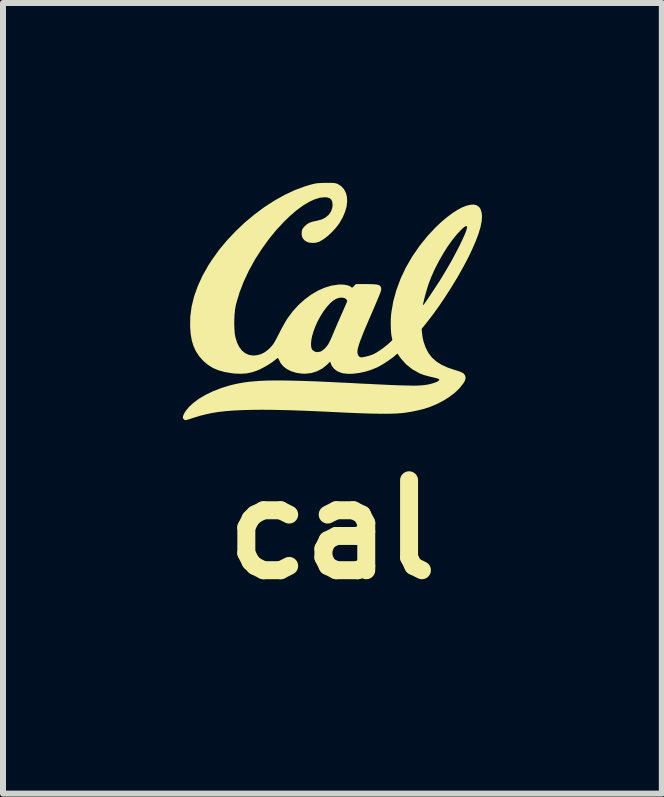
<source format=kicad_pcb>
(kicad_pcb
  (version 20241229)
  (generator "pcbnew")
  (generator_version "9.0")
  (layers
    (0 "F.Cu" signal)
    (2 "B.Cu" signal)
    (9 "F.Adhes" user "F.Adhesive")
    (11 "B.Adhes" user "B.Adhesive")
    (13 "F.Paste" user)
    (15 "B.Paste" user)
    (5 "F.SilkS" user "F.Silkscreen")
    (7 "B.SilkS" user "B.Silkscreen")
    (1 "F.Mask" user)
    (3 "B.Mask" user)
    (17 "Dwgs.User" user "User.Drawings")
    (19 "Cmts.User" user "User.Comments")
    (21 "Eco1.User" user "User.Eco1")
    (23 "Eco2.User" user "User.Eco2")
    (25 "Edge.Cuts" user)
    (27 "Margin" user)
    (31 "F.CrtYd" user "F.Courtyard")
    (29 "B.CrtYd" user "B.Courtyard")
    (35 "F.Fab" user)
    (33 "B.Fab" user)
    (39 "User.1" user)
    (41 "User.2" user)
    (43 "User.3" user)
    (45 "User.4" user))
  (footprint "cal"
    (layer "F.Cu")
    (at 2.487 1.972)
    (property "Reference" "cal" (at 0 3.81 0) (layer "F.SilkS") (effects (font (size 1.5 1.5) (thickness 0.3))))
    (attr board_only exclude_from_pos_files exclude_from_bom)
    (fp_poly (pts (xy 0.006 -1.971) (xy 0.038 -1.969) (xy 0.062 -1.965) (xy 0.082 -1.959) (xy 0.098 -1.952) (xy 0.156 -1.915) (xy 0.201 -1.865) (xy 0.232 -1.805) (xy 0.25 -1.736) (xy 0.253 -1.659) (xy 0.243 -1.576) (xy 0.218 -1.489) (xy 0.18 -1.399) (xy 0.128 -1.307) (xy 0.117 -1.291) (xy 0.063 -1.22) (xy 0.000296 -1.152) (xy -0.067 -1.089) (xy -0.135 -1.036) (xy -0.201 -0.997) (xy -0.216 -0.989) (xy -0.268 -0.974) (xy -0.327 -0.97) (xy -0.384 -0.977) (xy -0.417 -0.988) (xy -0.463 -1.017) (xy -0.493 -1.057) (xy -0.506 -1.108) (xy -0.504 -1.162) (xy -0.497 -1.192) (xy -0.482 -1.218) (xy -0.456 -1.248) (xy -0.451 -1.253) (xy -0.414 -1.285) (xy -0.371 -1.309) (xy -0.319 -1.326) (xy -0.253 -1.34) (xy -0.245 -1.342) (xy -0.171 -1.362) (xy -0.107 -1.395) (xy -0.055 -1.439) (xy -0.017 -1.493) (xy 0.005 -1.555) (xy 0.01 -1.602) (xy 0.005 -1.655) (xy -0.011 -1.693) (xy -0.04 -1.717) (xy -0.083 -1.73) (xy -0.125 -1.732) (xy -0.204 -1.724) (xy -0.29 -1.697) (xy -0.383 -1.654) (xy -0.481 -1.595) (xy -0.584 -1.52) (xy -0.691 -1.429) (xy -0.788 -1.336) (xy -0.927 -1.188) (xy -1.057 -1.028) (xy -1.178 -0.86) (xy -1.288 -0.687) (xy -1.386 -0.509) (xy -1.47 -0.33) (xy -1.539 -0.153) (xy -1.592 0.022) (xy -1.607 0.084) (xy -1.617 0.146) (xy -1.625 0.22) (xy -1.629 0.302) (xy -1.63 0.385) (xy -1.627 0.465) (xy -1.622 0.537) (xy -1.613 0.594) (xy -1.612 0.596) (xy -1.585 0.688) (xy -1.547 0.765) (xy -1.501 0.826) (xy -1.446 0.87) (xy -1.383 0.898) (xy -1.313 0.908) (xy -1.251 0.902) (xy -1.184 0.884) (xy -1.125 0.855) (xy -1.068 0.812) (xy -1.036 0.782) (xy -1.011 0.756) (xy -0.991 0.732) (xy -0.979 0.715) (xy -0.35 0.715) (xy -0.347 0.766) (xy -0.335 0.803) (xy -0.327 0.813) (xy -0.29 0.841) (xy -0.246 0.851) (xy -0.197 0.843) (xy -0.183 0.838) (xy -0.161 0.824) (xy -0.132 0.801) (xy -0.103 0.772) (xy -0.102 0.771) (xy -0.082 0.747) (xy -0.063 0.72) (xy -0.045 0.688) (xy -0.025 0.646) (xy -0.001 0.591) (xy 0.009 0.567) (xy 0.033 0.51) (xy 0.063 0.441) (xy 0.095 0.365) (xy 0.129 0.289) (xy 0.16 0.217) (xy 0.163 0.211) (xy 0.189 0.152) (xy 0.212 0.099) (xy 0.232 0.054) (xy 0.246 0.02) (xy 0.253 0.000242) (xy 0.254 -0.004) (xy 0.248 -0.017) (xy 0.234 -0.036) (xy 0.233 -0.036) (xy 0.206 -0.052) (xy 0.166 -0.059) (xy 0.121 -0.055) (xy 0.075 -0.041) (xy 0.071 -0.039) (xy 0.019 -0.008) (xy -0.036 0.041) (xy -0.091 0.103) (xy -0.146 0.177) (xy -0.198 0.261) (xy -0.246 0.351) (xy -0.278 0.423) (xy -0.308 0.504) (xy -0.331 0.582) (xy -0.345 0.653) (xy -0.35 0.715) (xy -0.979 0.715) (xy -0.971 0.704) (xy -0.951 0.67) (xy -0.927 0.627) (xy -0.898 0.57) (xy -0.887 0.549) (xy -0.856 0.487) (xy -0.821 0.423) (xy -0.787 0.362) (xy -0.756 0.31) (xy -0.737 0.281) (xy -0.652 0.167) (xy -0.557 0.063) (xy -0.454 -0.029) (xy -0.346 -0.109) (xy -0.234 -0.175) (xy -0.12 -0.225) (xy -0.005 -0.259) (xy 0.107 -0.276) (xy 0.147 -0.277) (xy 0.203 -0.274) (xy 0.253 -0.265) (xy 0.294 -0.251) (xy 0.322 -0.233) (xy 0.327 -0.226) (xy 0.338 -0.225) (xy 0.357 -0.24) (xy 0.366 -0.25) (xy 0.399 -0.284) (xy 0.57 -0.284) (xy 0.643 -0.283) (xy 0.7 -0.281) (xy 0.742 -0.277) (xy 0.772 -0.271) (xy 0.792 -0.262) (xy 0.805 -0.25) (xy 0.811 -0.239) (xy 0.816 -0.229) (xy 0.819 -0.219) (xy 0.821 -0.209) (xy 0.821 -0.196) (xy 0.818 -0.18) (xy 0.812 -0.158) (xy 0.802 -0.129) (xy 0.787 -0.091) (xy 0.767 -0.043) (xy 0.742 0.016) (xy 0.711 0.089) (xy 0.674 0.176) (xy 0.629 0.28) (xy 0.627 0.284) (xy 0.577 0.401) (xy 0.534 0.502) (xy 0.5 0.588) (xy 0.472 0.66) (xy 0.451 0.721) (xy 0.437 0.77) (xy 0.428 0.809) (xy 0.424 0.841) (xy 0.425 0.865) (xy 0.434 0.9) (xy 0.45 0.922) (xy 0.456 0.927) (xy 0.47 0.934) (xy 0.485 0.938) (xy 0.507 0.936) (xy 0.54 0.931) (xy 0.557 0.927) (xy 0.606 0.915) (xy 0.657 0.899) (xy 0.698 0.882) (xy 0.749 0.854) (xy 0.807 0.816) (xy 0.867 0.772) (xy 0.925 0.726) (xy 0.961 0.694) (xy 1.007 0.651) (xy 0.993 0.582) (xy 0.986 0.531) (xy 0.982 0.466) (xy 0.98 0.394) (xy 0.98 0.318) (xy 0.984 0.246) (xy 0.989 0.196) (xy 1.012 0.063) (xy 1.517 0.063) (xy 1.519 0.066) (xy 1.525 0.062) (xy 1.537 0.049) (xy 1.554 0.025) (xy 1.579 -0.01) (xy 1.611 -0.058) (xy 1.653 -0.121) (xy 1.677 -0.157) (xy 1.794 -0.335) (xy 1.898 -0.506) (xy 1.995 -0.674) (xy 2.085 -0.843) (xy 2.126 -0.922) (xy 2.172 -1.018) (xy 2.208 -1.097) (xy 2.234 -1.16) (xy 2.248 -1.206) (xy 2.252 -1.237) (xy 2.246 -1.251) (xy 2.229 -1.25) (xy 2.201 -1.232) (xy 2.166 -1.201) (xy 2.089 -1.121) (xy 2.011 -1.025) (xy 1.932 -0.915) (xy 1.856 -0.795) (xy 1.784 -0.669) (xy 1.717 -0.539) (xy 1.658 -0.408) (xy 1.61 -0.284) (xy 1.597 -0.244) (xy 1.583 -0.195) (xy 1.567 -0.142) (xy 1.552 -0.088) (xy 1.539 -0.036) (xy 1.528 0.009) (xy 1.52 0.043) (xy 1.517 0.063) (xy 1.517 0.063) (xy 1.012 0.063) (xy 1.022 0.004) (xy 1.075 -0.187) (xy 1.145 -0.376) (xy 1.233 -0.562) (xy 1.338 -0.743) (xy 1.459 -0.919) (xy 1.595 -1.088) (xy 1.727 -1.229) (xy 1.822 -1.319) (xy 1.915 -1.397) (xy 2.004 -1.464) (xy 2.089 -1.519) (xy 2.168 -1.562) (xy 2.242 -1.591) (xy 2.308 -1.607) (xy 2.366 -1.61) (xy 2.414 -1.598) (xy 2.452 -1.571) (xy 2.475 -1.539) (xy 2.495 -1.481) (xy 2.502 -1.411) (xy 2.496 -1.329) (xy 2.477 -1.235) (xy 2.445 -1.127) (xy 2.4 -1.006) (xy 2.342 -0.872) (xy 2.274 -0.729) (xy 2.19 -0.57) (xy 2.096 -0.403) (xy 1.994 -0.235) (xy 1.887 -0.068) (xy 1.779 0.092) (xy 1.67 0.242) (xy 1.584 0.353) (xy 1.495 0.464) (xy 1.502 0.534) (xy 1.508 0.582) (xy 1.518 0.635) (xy 1.528 0.677) (xy 1.563 0.778) (xy 1.609 0.866) (xy 1.668 0.942) (xy 1.741 1.007) (xy 1.829 1.063) (xy 1.933 1.11) (xy 2.034 1.144) (xy 2.096 1.163) (xy 2.141 1.179) (xy 2.174 1.194) (xy 2.196 1.208) (xy 2.21 1.225) (xy 2.219 1.241) (xy 2.228 1.272) (xy 2.225 1.302) (xy 2.212 1.337) (xy 2.188 1.376) (xy 2.129 1.451) (xy 2.054 1.524) (xy 1.964 1.593) (xy 1.862 1.658) (xy 1.751 1.716) (xy 1.634 1.765) (xy 1.587 1.781) (xy 1.506 1.805) (xy 1.412 1.827) (xy 1.313 1.847) (xy 1.216 1.862) (xy 1.156 1.869) (xy 1.085 1.874) (xy 0.994 1.878) (xy 0.886 1.879) (xy 0.761 1.878) (xy 0.62 1.875) (xy 0.465 1.87) (xy 0.295 1.863) (xy 0.127 1.855) (xy -0.107 1.844) (xy -0.322 1.834) (xy -0.521 1.826) (xy -0.703 1.82) (xy -0.871 1.816) (xy -1.025 1.813) (xy -1.166 1.812) (xy -1.297 1.813) (xy -1.341 1.814) (xy -1.499 1.818) (xy -1.641 1.825) (xy -1.769 1.835) (xy -1.886 1.848) (xy -1.995 1.865) (xy -2.098 1.887) (xy -2.198 1.912) (xy -2.299 1.943) (xy -2.301 1.943) (xy -2.348 1.959) (xy -2.389 1.972) (xy -2.42 1.981) (xy -2.436 1.986) (xy -2.438 1.986) (xy -2.449 1.983) (xy -2.464 1.977) (xy -2.483 1.96) (xy -2.487 1.932) (xy -2.476 1.895) (xy -2.451 1.848) (xy -2.447 1.842) (xy -2.387 1.767) (xy -2.309 1.695) (xy -2.215 1.626) (xy -2.106 1.562) (xy -1.985 1.504) (xy -1.853 1.452) (xy -1.827 1.444) (xy -1.758 1.422) (xy -1.688 1.402) (xy -1.618 1.385) (xy -1.545 1.37) (xy -1.469 1.357) (xy -1.388 1.346) (xy -1.301 1.338) (xy -1.207 1.331) (xy -1.106 1.326) (xy -0.994 1.324) (xy -0.873 1.323) (xy -0.739 1.325) (xy -0.593 1.328) (xy -0.433 1.333) (xy -0.257 1.339) (xy -0.066 1.348) (xy 0.144 1.358) (xy 0.294 1.365) (xy 0.47 1.375) (xy 0.627 1.382) (xy 0.768 1.389) (xy 0.892 1.395) (xy 1.002 1.4) (xy 1.099 1.404) (xy 1.183 1.406) (xy 1.256 1.408) (xy 1.319 1.409) (xy 1.373 1.41) (xy 1.42 1.409) (xy 1.461 1.407) (xy 1.496 1.405) (xy 1.528 1.402) (xy 1.552 1.399) (xy 1.612 1.389) (xy 1.668 1.375) (xy 1.716 1.36) (xy 1.754 1.344) (xy 1.779 1.328) (xy 1.79 1.313) (xy 1.786 1.303) (xy 1.772 1.295) (xy 1.744 1.286) (xy 1.709 1.277) (xy 1.708 1.277) (xy 1.639 1.261) (xy 1.585 1.247) (xy 1.542 1.235) (xy 1.506 1.223) (xy 1.473 1.21) (xy 1.446 1.197) (xy 1.336 1.134) (xy 1.239 1.057) (xy 1.156 0.965) (xy 1.129 0.929) (xy 1.091 0.874) (xy 1.047 0.913) (xy 1.004 0.948) (xy 0.949 0.987) (xy 0.888 1.028) (xy 0.826 1.066) (xy 0.769 1.097) (xy 0.742 1.11) (xy 0.649 1.148) (xy 0.55 1.178) (xy 0.451 1.199) (xy 0.355 1.211) (xy 0.265 1.213) (xy 0.186 1.204) (xy 0.163 1.199) (xy 0.095 1.173) (xy 0.04 1.134) (xy -0.001 1.084) (xy -0.02 1.041) (xy -0.031 1.009) (xy -0.083 1.061) (xy -0.161 1.124) (xy -0.248 1.17) (xy -0.343 1.2) (xy -0.444 1.211) (xy -0.496 1.21) (xy -0.59 1.197) (xy -0.675 1.172) (xy -0.749 1.136) (xy -0.81 1.09) (xy -0.857 1.034) (xy -0.883 0.982) (xy -0.893 0.96) (xy -0.902 0.95) (xy -0.903 0.949) (xy -0.915 0.955) (xy -0.936 0.971) (xy -0.957 0.988) (xy -1.006 1.025) (xy -1.066 1.064) (xy -1.132 1.102) (xy -1.198 1.136) (xy -1.239 1.155) (xy -1.329 1.186) (xy -1.42 1.205) (xy -1.517 1.212) (xy -1.623 1.208) (xy -1.669 1.203) (xy -1.788 1.183) (xy -1.892 1.154) (xy -1.984 1.116) (xy -2.065 1.065) (xy -2.14 1.003) (xy -2.149 0.994) (xy -2.215 0.92) (xy -2.268 0.84) (xy -2.308 0.754) (xy -2.338 0.657) (xy -2.357 0.548) (xy -2.366 0.431) (xy -2.364 0.263) (xy -2.342 0.094) (xy -2.3 -0.077) (xy -2.239 -0.249) (xy -2.159 -0.424) (xy -2.059 -0.601) (xy -2.001 -0.69) (xy -1.883 -0.855) (xy -1.751 -1.013) (xy -1.608 -1.165) (xy -1.456 -1.309) (xy -1.297 -1.442) (xy -1.132 -1.565) (xy -0.964 -1.674) (xy -0.793 -1.77) (xy -0.623 -1.85) (xy -0.454 -1.913) (xy -0.365 -1.94) (xy -0.318 -1.952) (xy -0.279 -1.961) (xy -0.243 -1.966) (xy -0.203 -1.969) (xy -0.155 -1.971) (xy -0.098 -1.972) (xy -0.038 -1.972)) (stroke (width 0) (type solid)) (fill yes) (layer "F.SilkS")))
  (gr_rect
    (start -3 -3)
    (end 7.988 10.186)
    (stroke (width 0.1) (type default))
    (fill no)
    (layer "Edge.Cuts")))
</source>
